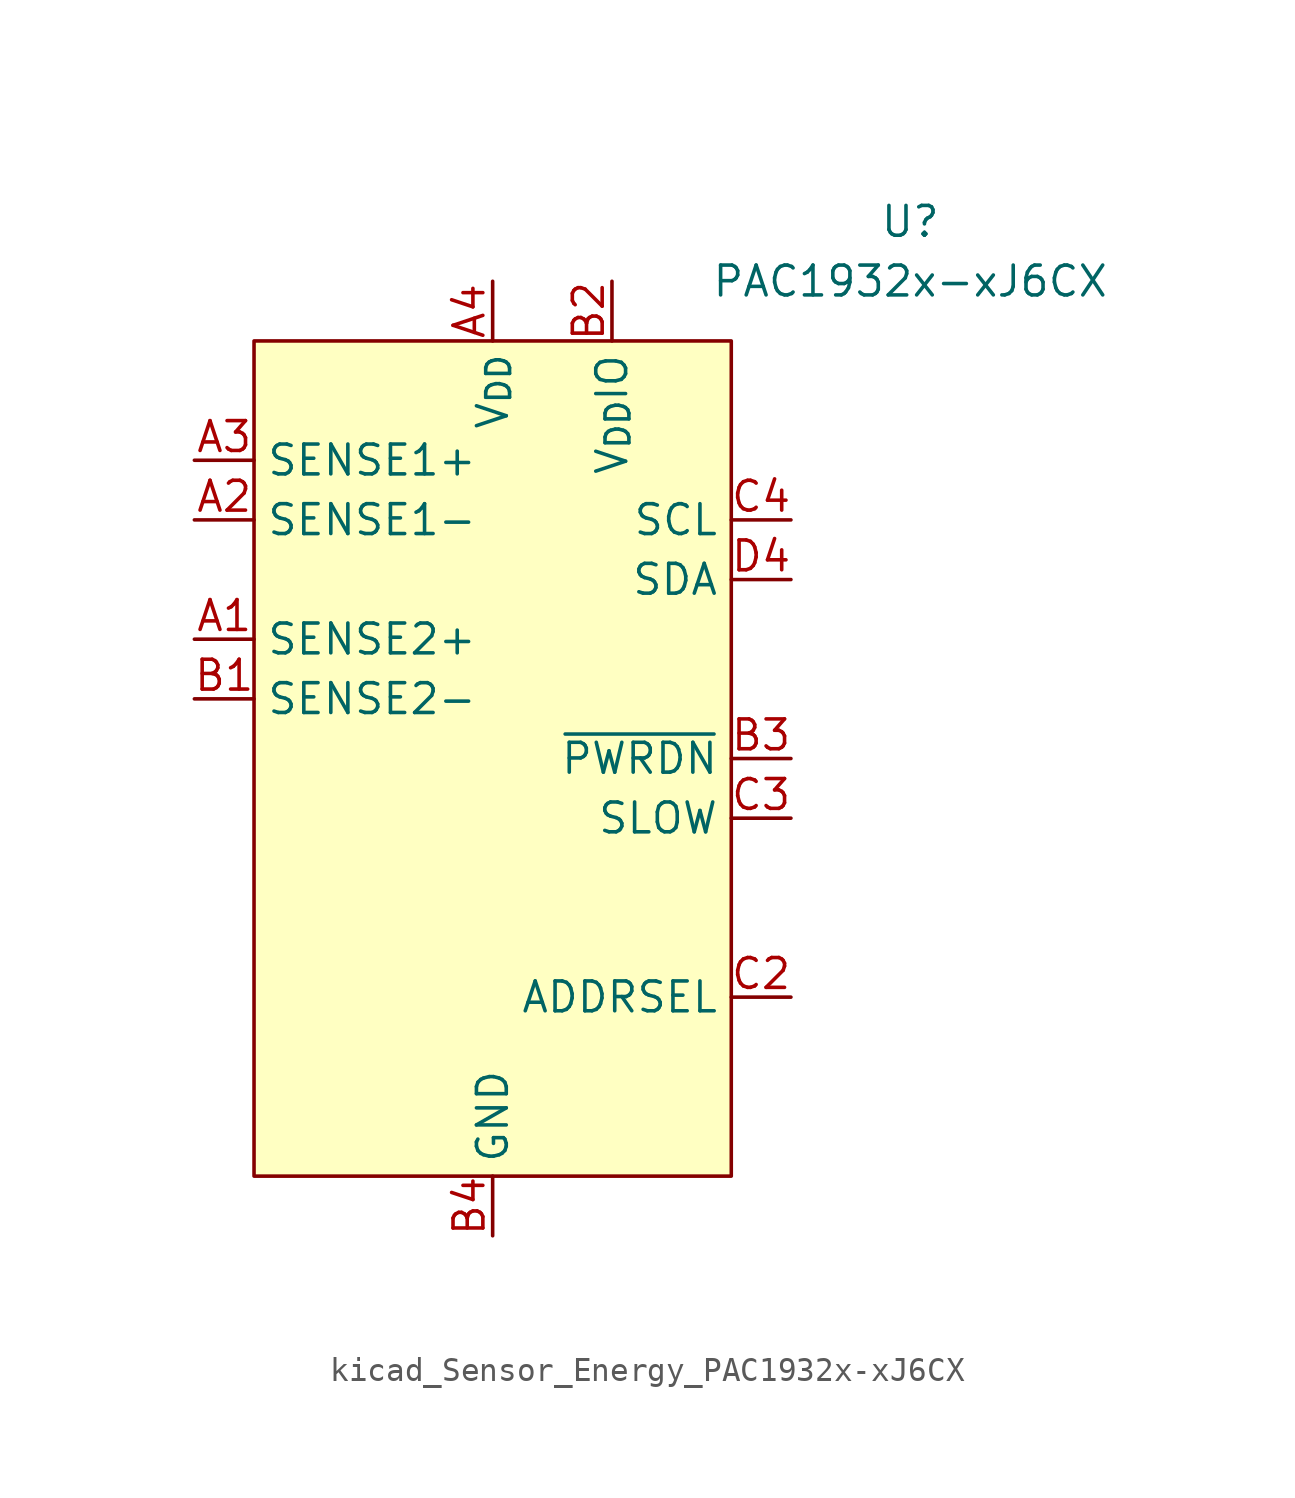
<source format=kicad_sym>
(kicad_symbol_lib
  (version 20220914)
  (generator kicad_symbol_editor)
  (symbol "kicad_Sensor_Energy_PAC1932x-xJ6CX"
    (property "Reference" "U"
      (at 17.78 22.86 0)
      (effects (font (size 1.27 1.27))))
    (property "Value" "PAC1932x-xJ6CX"
      (at 17.78 20.32 0)
      (effects (font (size 1.27 1.27))))
    (symbol "kicad_Sensor_Energy_PAC1932x-xJ6CX_0_0"
      (pin input line (at -12.7 5.08 0) (length 2.54) (name "SENSE2+" (effects (font (size 1.27 1.27)))) (number "A1" (effects (font (size 1.27 1.27)))))
      (pin input line (at -12.7 10.16 0) (length 2.54) (name "SENSE1-" (effects (font (size 1.27 1.27)))) (number "A2" (effects (font (size 1.27 1.27)))))
      (pin input line (at -12.7 12.7 0) (length 2.54) (name "SENSE1+" (effects (font (size 1.27 1.27)))) (number "A3" (effects (font (size 1.27 1.27)))))
      (pin power_in line (at 0 20.32 270) (length 2.54) (name "V_{DD}" (effects (font (size 1.27 1.27)))) (number "A4" (effects (font (size 1.27 1.27)))))
      (pin input line (at -12.7 2.54 0) (length 2.54) (name "SENSE2-" (effects (font (size 1.27 1.27)))) (number "B1" (effects (font (size 1.27 1.27)))))
      (pin input line (at 5.08 20.32 270) (length 2.54) (name "V_{DD}IO" (effects (font (size 1.27 1.27)))) (number "B2" (effects (font (size 1.27 1.27)))))
      (pin input line (at 12.7 0 180) (length 2.54) (name "~{PWRDN}" (effects (font (size 1.27 1.27)))) (number "B3" (effects (font (size 1.27 1.27)))))
      (pin power_in line (at 0 -20.32 90) (length 2.54) (name "GND" (effects (font (size 1.27 1.27)))) (number "B4" (effects (font (size 1.27 1.27)))))
      (pin passive line (at 0 -20.32 90) (length 2.54) hide (name "GND" (effects (font (size 1.27 1.27)))) (number "C1" (effects (font (size 1.27 1.27)))))
      (pin passive line (at 12.7 -10.16 180) (length 2.54) (name "ADDRSEL" (effects (font (size 1.27 1.27)))) (number "C2" (effects (font (size 1.27 1.27)))))
      (pin input line (at 12.7 -2.54 180) (length 2.54) (name "SLOW" (effects (font (size 1.27 1.27)))) (number "C3" (effects (font (size 1.27 1.27)))) (alternate "~{ALERT1}" open_collector line))
      (pin input line (at 12.7 10.16 180) (length 2.54) (name "SCL" (effects (font (size 1.27 1.27)))) (number "C4" (effects (font (size 1.27 1.27)))) (alternate "SM_CLK" input line))
      (pin passive line (at 0 -20.32 90) (length 2.54) hide (name "GND" (effects (font (size 1.27 1.27)))) (number "D1" (effects (font (size 1.27 1.27)))))
      (pin passive line (at 0 -20.32 90) (length 2.54) hide (name "GND" (effects (font (size 1.27 1.27)))) (number "D2" (effects (font (size 1.27 1.27)))))
      (pin passive line (at 0 -20.32 90) (length 2.54) hide (name "GND" (effects (font (size 1.27 1.27)))) (number "D3" (effects (font (size 1.27 1.27)))))
      (pin bidirectional line (at 12.7 7.62 180) (length 2.54) (name "SDA" (effects (font (size 1.27 1.27)))) (number "D4" (effects (font (size 1.27 1.27)))) (alternate "SM_DATA" bidirectional line)))
    (symbol "kicad_Sensor_Energy_PAC1932x-xJ6CX_0_1"
      (rectangle (start -10.16 17.78) (end 10.16 -17.78) (stroke (width 0) (type default)) (fill (type background))))))
</source>
